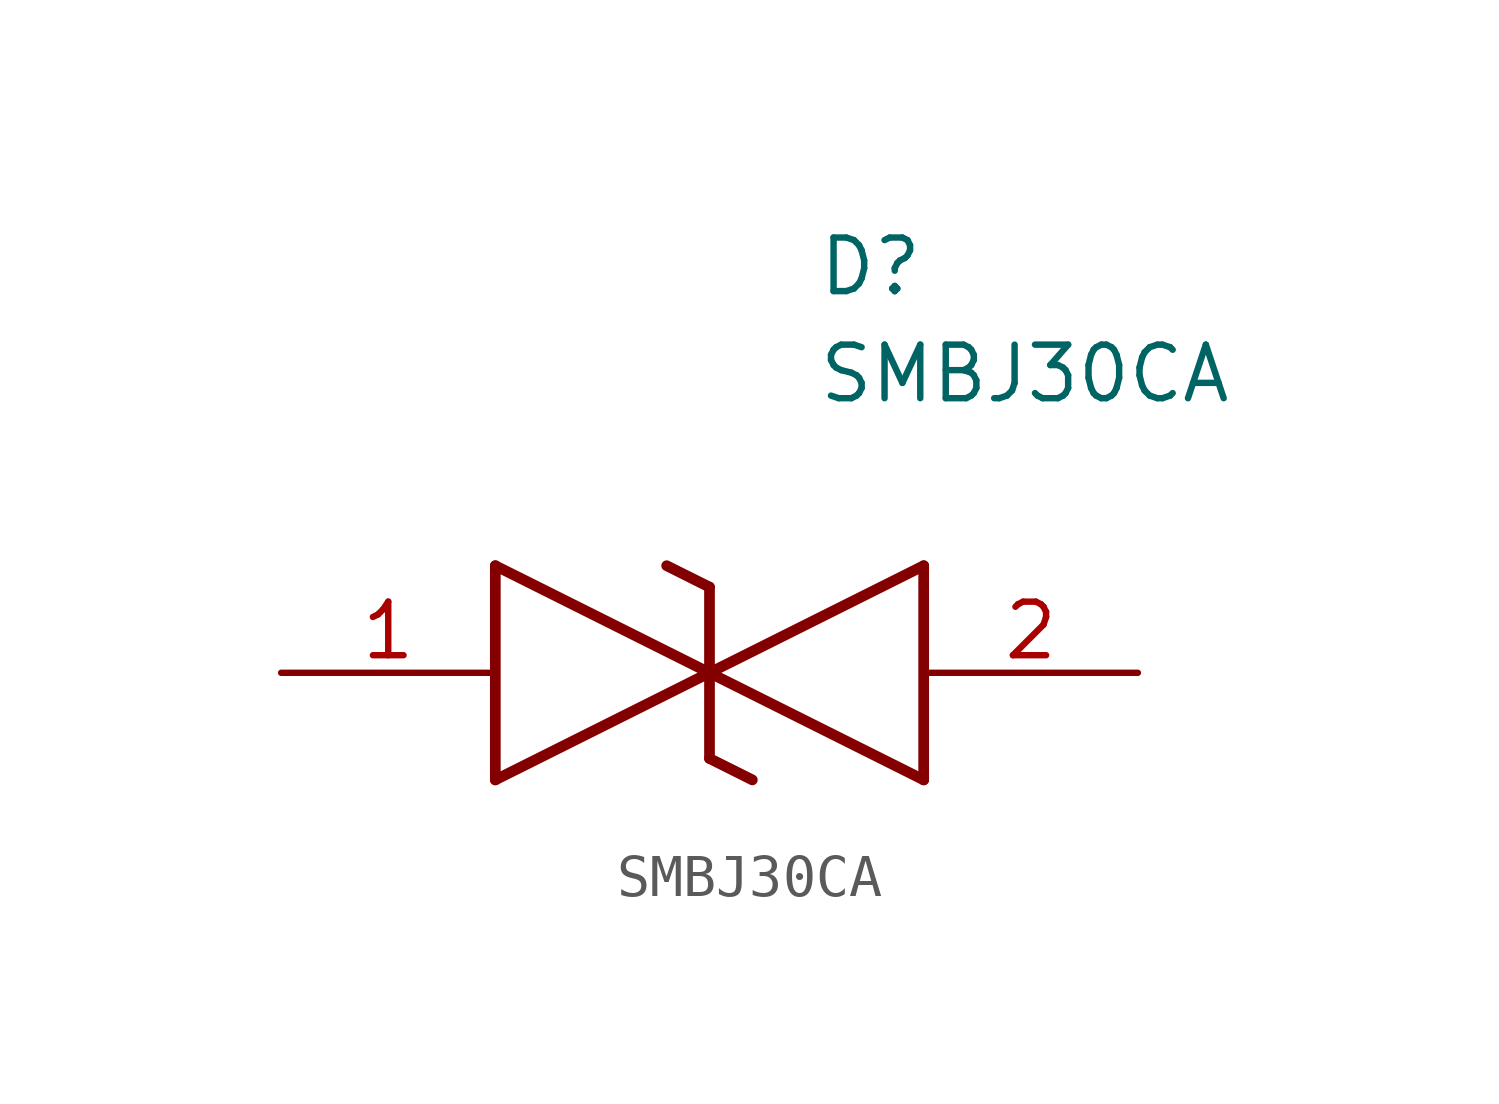
<source format=kicad_sym>
(kicad_symbol_lib
  (version 20211014)
  (generator SamacSys_ECAD_Model)
  (symbol "SMBJ30CA"
    (pin_names hide)
    (property "Reference" "D"
      (at 12.7 8.89 0)
      (effects (font (size 1.27 1.27)) (justify left bottom)))
    (property "Value" "SMBJ30CA"
      (at 12.7 6.35 0)
      (effects (font (size 1.27 1.27)) (justify left bottom)))
    (polyline
      (pts (xy 10.16 0) (xy 5.08 -2.54))
      (stroke (width 0.254) (type default))
      (fill (type none)))
    (polyline
      (pts (xy 5.08 2.54) (xy 5.08 -2.54))
      (stroke (width 0.254) (type default))
      (fill (type none)))
    (polyline
      (pts (xy 5.08 2.54) (xy 10.16 0))
      (stroke (width 0.254) (type default))
      (fill (type none)))
    (polyline
      (pts (xy 10.16 0) (xy 15.24 -2.54))
      (stroke (width 0.254) (type default))
      (fill (type none)))
    (polyline
      (pts (xy 15.24 2.54) (xy 15.24 -2.54))
      (stroke (width 0.254) (type default))
      (fill (type none)))
    (polyline
      (pts (xy 15.24 2.54) (xy 10.16 0))
      (stroke (width 0.254) (type default))
      (fill (type none)))
    (polyline
      (pts (xy 10.16 -2.032) (xy 10.16 2.032))
      (stroke (width 0.254) (type default))
      (fill (type none)))
    (polyline
      (pts (xy 9.144 2.54) (xy 10.16 2.032))
      (stroke (width 0.254) (type default))
      (fill (type none)))
    (polyline
      (pts (xy 10.16 -2.032) (xy 11.176 -2.54))
      (stroke (width 0.254) (type default))
      (fill (type none)))
    (pin passive line
      (at 0 0 0)
      (length 5.08)
      (name "1" (effects (font (size 1.27 1.27))))
      (number "1" (effects (font (size 1.27 1.27)))))
    (pin passive line
      (at 20.32 0 180)
      (length 5.08)
      (name "2" (effects (font (size 1.27 1.27))))
      (number "2" (effects (font (size 1.27 1.27)))))))
</source>
